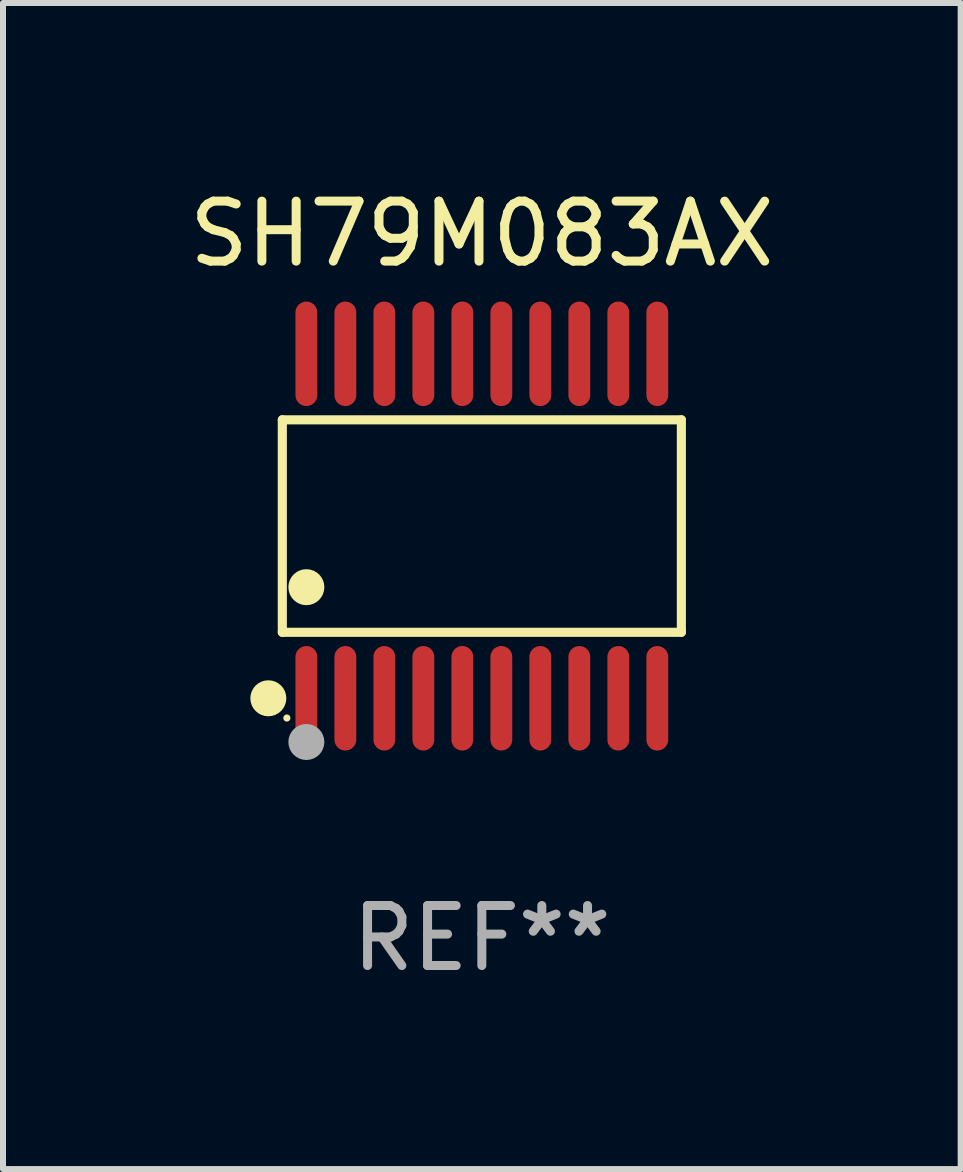
<source format=kicad_pcb>
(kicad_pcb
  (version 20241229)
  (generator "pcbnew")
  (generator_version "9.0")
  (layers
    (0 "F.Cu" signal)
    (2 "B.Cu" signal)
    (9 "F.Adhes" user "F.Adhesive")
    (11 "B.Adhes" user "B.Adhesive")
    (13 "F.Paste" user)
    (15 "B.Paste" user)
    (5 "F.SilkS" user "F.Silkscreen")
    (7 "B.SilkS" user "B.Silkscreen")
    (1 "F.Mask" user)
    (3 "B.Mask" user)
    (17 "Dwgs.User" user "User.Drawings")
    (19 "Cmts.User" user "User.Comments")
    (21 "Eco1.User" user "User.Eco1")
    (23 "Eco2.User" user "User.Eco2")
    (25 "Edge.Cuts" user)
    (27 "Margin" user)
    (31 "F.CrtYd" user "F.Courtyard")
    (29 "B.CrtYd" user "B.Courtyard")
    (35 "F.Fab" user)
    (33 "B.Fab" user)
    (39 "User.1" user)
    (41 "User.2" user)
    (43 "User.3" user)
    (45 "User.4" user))
  (footprint "SH79M083AX"
    (layer "F.Cu")
    (at 4.982 5.719)
    (property "Reference" "SH79M083AX" (at 0 -4.871 0) (layer "F.SilkS") (effects (font (size 1 1) (thickness 0.15))))
    (attr through_hole)
    (fp_line (start -3.326 -1.771) (end 3.326 -1.771) (stroke (width 0.152) (type solid)) (layer "F.SilkS"))
    (fp_line (start -3.326 1.771) (end -3.326 -1.771) (stroke (width 0.152) (type solid)) (layer "F.SilkS"))
    (fp_line (start 3.326 -1.771) (end 3.326 1.771) (stroke (width 0.152) (type solid)) (layer "F.SilkS"))
    (fp_line (start 3.326 1.771) (end -3.326 1.771) (stroke (width 0.152) (type solid)) (layer "F.SilkS"))
    (fp_circle (center -3.559 2.871) (end -3.409 2.871) (stroke (width 0.3) (type solid)) (fill no) (layer "F.SilkS"))
    (fp_circle (center -3.25 3.2) (end -3.22 3.2) (stroke (width 0.06) (type solid)) (fill no) (layer "F.SilkS"))
    (fp_circle (center -2.925 1.019) (end -2.775 1.019) (stroke (width 0.3) (type solid)) (fill no) (layer "F.SilkS"))
    (fp_circle (center -2.925 3.6) (end -2.775 3.6) (stroke (width 0.3) (type solid)) (fill no) (layer "F.Fab"))
    (fp_text user "REF**" (at 0 6.871 0) (layer "F.Fab") (effects (font (size 1 1) (thickness 0.15))))
    (pad "1" smd oval (at -2.925 2.871) (size 0.364 1.742) (layers "F.Cu" "F.Mask" "F.Paste"))
    (pad "2" smd oval (at -2.275 2.871) (size 0.364 1.742) (layers "F.Cu" "F.Mask" "F.Paste"))
    (pad "3" smd oval (at -1.625 2.871) (size 0.364 1.742) (layers "F.Cu" "F.Mask" "F.Paste"))
    (pad "4" smd oval (at -0.975 2.871) (size 0.364 1.742) (layers "F.Cu" "F.Mask" "F.Paste"))
    (pad "5" smd oval (at -0.325 2.871) (size 0.364 1.742) (layers "F.Cu" "F.Mask" "F.Paste"))
    (pad "6" smd oval (at 0.325 2.871) (size 0.364 1.742) (layers "F.Cu" "F.Mask" "F.Paste"))
    (pad "7" smd oval (at 0.975 2.871) (size 0.364 1.742) (layers "F.Cu" "F.Mask" "F.Paste"))
    (pad "8" smd oval (at 1.625 2.871) (size 0.364 1.742) (layers "F.Cu" "F.Mask" "F.Paste"))
    (pad "9" smd oval (at 2.275 2.871) (size 0.364 1.742) (layers "F.Cu" "F.Mask" "F.Paste"))
    (pad "10" smd oval (at 2.925 2.871) (size 0.364 1.742) (layers "F.Cu" "F.Mask" "F.Paste"))
    (pad "11" smd oval (at 2.925 -2.871) (size 0.364 1.742) (layers "F.Cu" "F.Mask" "F.Paste"))
    (pad "12" smd oval (at 2.275 -2.871) (size 0.364 1.742) (layers "F.Cu" "F.Mask" "F.Paste"))
    (pad "13" smd oval (at 1.625 -2.871) (size 0.364 1.742) (layers "F.Cu" "F.Mask" "F.Paste"))
    (pad "14" smd oval (at 0.975 -2.871) (size 0.364 1.742) (layers "F.Cu" "F.Mask" "F.Paste"))
    (pad "15" smd oval (at 0.325 -2.871) (size 0.364 1.742) (layers "F.Cu" "F.Mask" "F.Paste"))
    (pad "16" smd oval (at -0.325 -2.871) (size 0.364 1.742) (layers "F.Cu" "F.Mask" "F.Paste"))
    (pad "17" smd oval (at -0.975 -2.871) (size 0.364 1.742) (layers "F.Cu" "F.Mask" "F.Paste"))
    (pad "18" smd oval (at -1.625 -2.871) (size 0.364 1.742) (layers "F.Cu" "F.Mask" "F.Paste"))
    (pad "19" smd oval (at -2.275 -2.871) (size 0.364 1.742) (layers "F.Cu" "F.Mask" "F.Paste"))
    (pad "20" smd oval (at -2.925 -2.871) (size 0.364 1.742) (layers "F.Cu" "F.Mask" "F.Paste")))
  (gr_rect
    (start -3 -3)
    (end 12.964 16.438)
    (stroke (width 0.1) (type default))
    (fill no)
    (layer "Edge.Cuts")))
</source>
